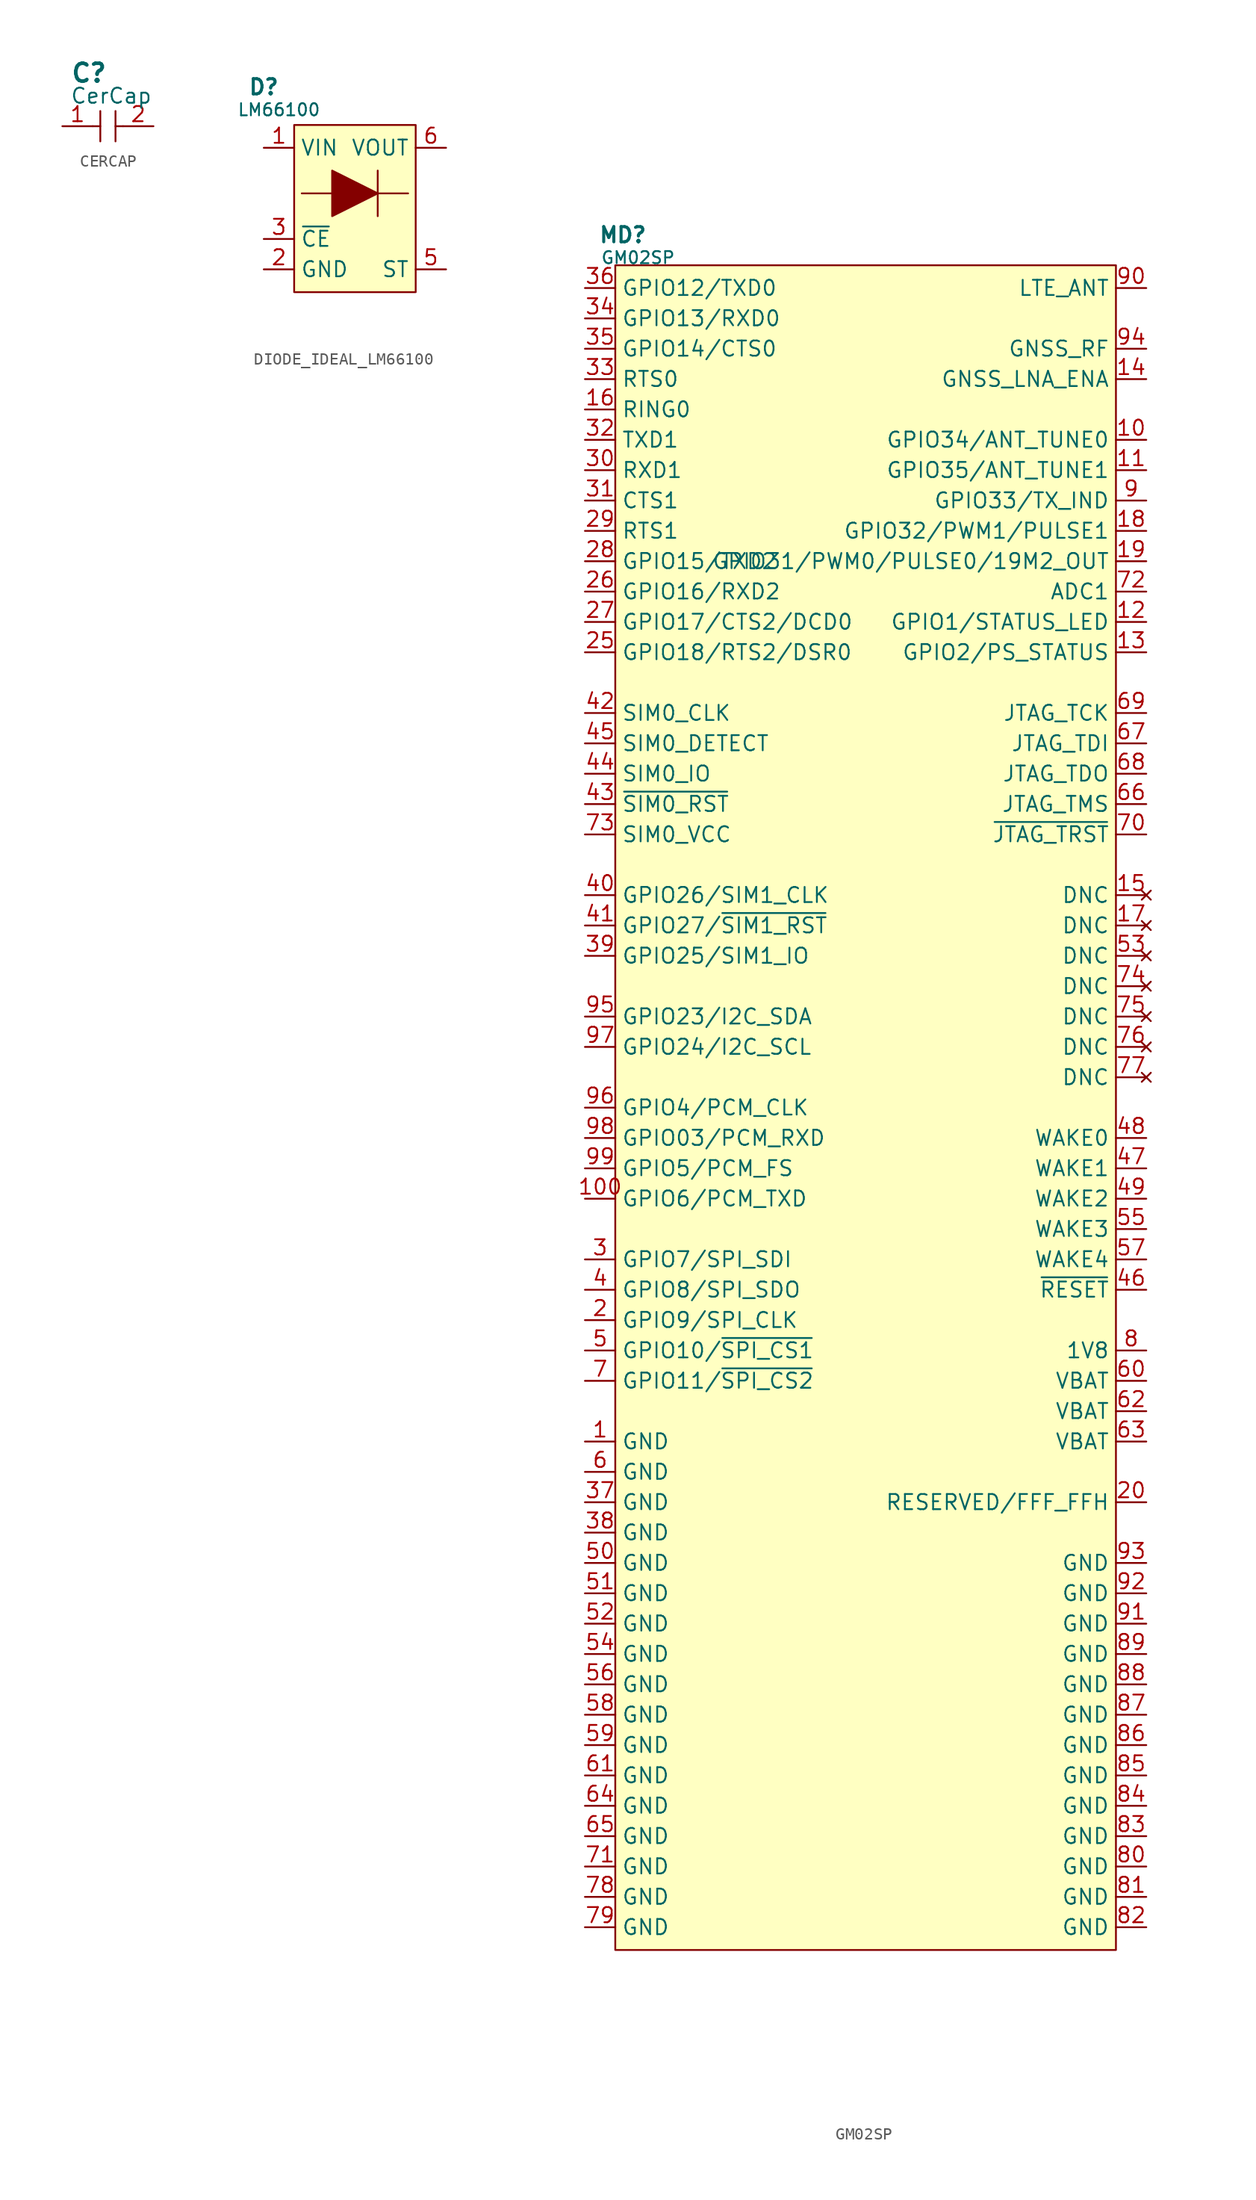
<source format=kicad_sym>
(kicad_symbol_lib
  (version 20231120)
  (generator "kicad_symbol_editor")
  (generator_version "8.0")
  (symbol "CERCAP"
    (pin_names hide)
    (property "Reference" "C"
      (at -1.905 1.905 0)
      (effects (font (size 1.5 1.5) (bold yes)) (justify left)))
    (property "Value" "CerCap"
      (at -1.905 0 0)
      (effects (font (size 1.27 1.27)) (justify left)))
    (symbol "CERCAP_0_1"
      (polyline (pts (xy 0 -2.54) (xy 0.635 -2.54)) (stroke (width 0) (type default)) (fill (type none)))
      (polyline (pts (xy 0.635 -1.27) (xy 0.635 -3.81)) (stroke (width 0) (type default)) (fill (type none)))
      (polyline (pts (xy 1.905 -2.54) (xy 2.54 -2.54)) (stroke (width 0) (type default)) (fill (type none)))
      (polyline (pts (xy 1.905 -1.27) (xy 1.905 -3.81)) (stroke (width 0) (type default)) (fill (type none))))
    (symbol "CERCAP_1_1"
      (pin bidirectional line (at -2.54 -2.54 0) (length 2.54) (name "1" (effects (font (size 1.27 1.27)))) (number "1" (effects (font (size 1.27 1.27)))))
      (pin bidirectional line (at 5.08 -2.54 180) (length 2.54) (name "2" (effects (font (size 1.27 1.27)))) (number "2" (effects (font (size 1.27 1.27)))))))
  (symbol "DIODE_IDEAL_LM66100"
    (property "Reference" "D"
      (at 0 0 0)
      (effects (font (size 1.27 1.27) (bold yes))))
    (property "Value" "  LM66100"
      (at 1.27 -1.905 0)
      (effects (font (size 1.016 1.016))))
    (symbol "DIODE_IDEAL_LM66100_1_1"
      (polyline (pts (xy 3.175 -8.89) (xy 5.715 -8.89)) (stroke (width 0) (type default)) (fill (type none)))
      (polyline (pts (xy 9.525 -8.89) (xy 12.065 -8.89)) (stroke (width 0) (type default)) (fill (type none)))
      (polyline (pts (xy 9.525 -6.985) (xy 9.525 -10.795)) (stroke (width 0) (type default)) (fill (type none)))
      (polyline (pts (xy 5.715 -6.985) (xy 5.715 -10.795) (xy 9.525 -8.89) (xy 5.715 -6.985)) (stroke (width 0) (type default)) (fill (type outline)))
      (rectangle (start 2.54 -3.175) (end 12.7 -17.145) (stroke (width 0) (type default)) (fill (type background)))
      (pin power_in line (at 0 -5.08 0) (length 2.54) (name "VIN" (effects (font (size 1.27 1.27)))) (number "1" (effects (font (size 1.27 1.27)))))
      (pin passive line (at 0 -15.24 0) (length 2.54) (name "GND" (effects (font (size 1.27 1.27)))) (number "2" (effects (font (size 1.27 1.27)))))
      (pin passive line (at 0 -12.7 0) (length 2.54) (name "~{CE}" (effects (font (size 1.27 1.27)))) (number "3" (effects (font (size 1.27 1.27)))))
      (pin no_connect line (at 7.62 -19.685 90) (length 2.54) hide (name "N/C" (effects (font (size 1.27 1.27)))) (number "4" (effects (font (size 1.27 1.27)))))
      (pin input line (at 15.24 -15.24 180) (length 2.54) (name "ST" (effects (font (size 1.27 1.27)))) (number "5" (effects (font (size 1.27 1.27)))))
      (pin power_out line (at 15.24 -5.08 180) (length 2.54) (name "VOUT" (effects (font (size 1.27 1.27)))) (number "6" (effects (font (size 1.27 1.27)))))))
  (symbol "GM02SP"
    (property "Reference" "MD"
      (at 0.635 -1.905 0)
      (effects (font (size 1.27 1.27) (bold yes))))
    (property "Value" "GM02SP"
      (at 1.905 -3.81 0)
      (effects (font (size 1.016 1.016))))
    (symbol "GM02SP_1_1"
      (rectangle (start 0 -4.445) (end 41.91 -145.415) (stroke (width 0) (type default)) (fill (type background)))
      (pin passive line (at -2.54 -102.87 0) (length 2.54) (name "GND" (effects (font (size 1.27 1.27)))) (number "1" (effects (font (size 1.27 1.27)))))
      (pin output line (at 44.45 -19.05 180) (length 2.54) (name "GPIO34/ANT_TUNE0" (effects (font (size 1.27 1.27)))) (number "10" (effects (font (size 1.27 1.27)))))
      (pin bidirectional line (at -2.54 -82.55 0) (length 2.54) (name "GPIO6/PCM_TXD" (effects (font (size 1.27 1.27)))) (number "100" (effects (font (size 1.27 1.27)))))
      (pin output line (at 44.45 -21.59 180) (length 2.54) (name "GPIO35/ANT_TUNE1" (effects (font (size 1.27 1.27)))) (number "11" (effects (font (size 1.27 1.27)))))
      (pin output line (at 44.45 -34.29 180) (length 2.54) (name "GPIO1/STATUS_LED" (effects (font (size 1.27 1.27)))) (number "12" (effects (font (size 1.27 1.27)))))
      (pin output line (at 44.45 -36.83 180) (length 2.54) (name "GPIO2/PS_STATUS" (effects (font (size 1.27 1.27)))) (number "13" (effects (font (size 1.27 1.27)))))
      (pin output line (at 44.45 -13.97 180) (length 2.54) (name "GNSS_LNA_ENA" (effects (font (size 1.27 1.27)))) (number "14" (effects (font (size 1.27 1.27)))))
      (pin no_connect line (at 44.45 -57.15 180) (length 2.54) (name "DNC" (effects (font (size 1.27 1.27)))) (number "15" (effects (font (size 1.27 1.27)))))
      (pin output line (at -2.54 -16.51 0) (length 2.54) (name "RING0" (effects (font (size 1.27 1.27)))) (number "16" (effects (font (size 1.27 1.27)))))
      (pin no_connect line (at 44.45 -59.69 180) (length 2.54) (name "DNC" (effects (font (size 1.27 1.27)))) (number "17" (effects (font (size 1.27 1.27)))))
      (pin bidirectional line (at 44.45 -26.67 180) (length 2.54) (name "GPIO32/PWM1/PULSE1" (effects (font (size 1.27 1.27)))) (number "18" (effects (font (size 1.27 1.27)))))
      (pin bidirectional line (at 44.45 -29.21 180) (length 2.54) (name "GPIO31/PWM0/PULSE0/19M2_OUT" (effects (font (size 1.27 1.27)))) (number "19" (effects (font (size 1.27 1.27)))))
      (pin bidirectional line (at -2.54 -92.71 0) (length 2.54) (name "GPIO9/SPI_CLK" (effects (font (size 1.27 1.27)))) (number "2" (effects (font (size 1.27 1.27)))))
      (pin input line (at 44.45 -107.95 180) (length 2.54) (name "RESERVED/FFF_FFH" (effects (font (size 1.27 1.27)))) (number "20" (effects (font (size 1.27 1.27)))))
      (pin input line (at -2.54 -36.83 0) (length 2.54) (name "GPIO18/RTS2/DSR0" (effects (font (size 1.27 1.27)))) (number "25" (effects (font (size 1.27 1.27)))))
      (pin output line (at -2.54 -31.75 0) (length 2.54) (name "GPIO16/RXD2" (effects (font (size 1.27 1.27)))) (number "26" (effects (font (size 1.27 1.27)))))
      (pin output line (at -2.54 -34.29 0) (length 2.54) (name "GPIO17/CTS2/DCD0" (effects (font (size 1.27 1.27)))) (number "27" (effects (font (size 1.27 1.27)))))
      (pin input line (at -2.54 -29.21 0) (length 2.54) (name "GPIO15/TXD2" (effects (font (size 1.27 1.27)))) (number "28" (effects (font (size 1.27 1.27)))))
      (pin input line (at -2.54 -26.67 0) (length 2.54) (name "RTS1" (effects (font (size 1.27 1.27)))) (number "29" (effects (font (size 1.27 1.27)))))
      (pin bidirectional line (at -2.54 -87.63 0) (length 2.54) (name "GPIO7/SPI_SDI" (effects (font (size 1.27 1.27)))) (number "3" (effects (font (size 1.27 1.27)))))
      (pin output line (at -2.54 -21.59 0) (length 2.54) (name "RXD1" (effects (font (size 1.27 1.27)))) (number "30" (effects (font (size 1.27 1.27)))))
      (pin output line (at -2.54 -24.13 0) (length 2.54) (name "CTS1" (effects (font (size 1.27 1.27)))) (number "31" (effects (font (size 1.27 1.27)))))
      (pin input line (at -2.54 -19.05 0) (length 2.54) (name "TXD1" (effects (font (size 1.27 1.27)))) (number "32" (effects (font (size 1.27 1.27)))))
      (pin input line (at -2.54 -13.97 0) (length 2.54) (name "RTS0" (effects (font (size 1.27 1.27)))) (number "33" (effects (font (size 1.27 1.27)))))
      (pin output line (at -2.54 -8.89 0) (length 2.54) (name "GPIO13/RXD0" (effects (font (size 1.27 1.27)))) (number "34" (effects (font (size 1.27 1.27)))))
      (pin output line (at -2.54 -11.43 0) (length 2.54) (name "GPIO14/CTS0" (effects (font (size 1.27 1.27)))) (number "35" (effects (font (size 1.27 1.27)))))
      (pin input line (at -2.54 -6.35 0) (length 2.54) (name "GPIO12/TXD0" (effects (font (size 1.27 1.27)))) (number "36" (effects (font (size 1.27 1.27)))))
      (pin passive line (at -2.54 -107.95 0) (length 2.54) (name "GND" (effects (font (size 1.27 1.27)))) (number "37" (effects (font (size 1.27 1.27)))))
      (pin passive line (at -2.54 -110.49 0) (length 2.54) (name "GND" (effects (font (size 1.27 1.27)))) (number "38" (effects (font (size 1.27 1.27)))))
      (pin bidirectional line (at -2.54 -62.23 0) (length 2.54) (name "GPIO25/SIM1_IO" (effects (font (size 1.27 1.27)))) (number "39" (effects (font (size 1.27 1.27)))))
      (pin bidirectional line (at -2.54 -90.17 0) (length 2.54) (name "GPIO8/SPI_SDO" (effects (font (size 1.27 1.27)))) (number "4" (effects (font (size 1.27 1.27)))))
      (pin output line (at -2.54 -57.15 0) (length 2.54) (name "GPIO26/SIM1_CLK" (effects (font (size 1.27 1.27)))) (number "40" (effects (font (size 1.27 1.27)))))
      (pin output line (at -2.54 -59.69 0) (length 2.54) (name "GPIO27/~{SIM1_RST}" (effects (font (size 1.27 1.27)))) (number "41" (effects (font (size 1.27 1.27)))))
      (pin output line (at -2.54 -41.91 0) (length 2.54) (name "SIM0_CLK" (effects (font (size 1.27 1.27)))) (number "42" (effects (font (size 1.27 1.27)))))
      (pin output line (at -2.54 -49.53 0) (length 2.54) (name "~{SIM0_RST}" (effects (font (size 1.27 1.27)))) (number "43" (effects (font (size 1.27 1.27)))))
      (pin bidirectional line (at -2.54 -46.99 0) (length 2.54) (name "SIM0_IO" (effects (font (size 1.27 1.27)))) (number "44" (effects (font (size 1.27 1.27)))))
      (pin input line (at -2.54 -44.45 0) (length 2.54) (name "SIM0_DETECT" (effects (font (size 1.27 1.27)))) (number "45" (effects (font (size 1.27 1.27)))))
      (pin input line (at 44.45 -90.17 180) (length 2.54) (name "~{RESET}" (effects (font (size 1.27 1.27)))) (number "46" (effects (font (size 1.27 1.27)))))
      (pin input line (at 44.45 -80.01 180) (length 2.54) (name "WAKE1" (effects (font (size 1.27 1.27)))) (number "47" (effects (font (size 1.27 1.27)))))
      (pin input line (at 44.45 -77.47 180) (length 2.54) (name "WAKE0" (effects (font (size 1.27 1.27)))) (number "48" (effects (font (size 1.27 1.27)))))
      (pin input line (at 44.45 -82.55 180) (length 2.54) (name "WAKE2" (effects (font (size 1.27 1.27)))) (number "49" (effects (font (size 1.27 1.27)))))
      (pin bidirectional line (at -2.54 -95.25 0) (length 2.54) (name "GPIO10/~{SPI_CS1}" (effects (font (size 1.27 1.27)))) (number "5" (effects (font (size 1.27 1.27)))))
      (pin passive line (at -2.54 -113.03 0) (length 2.54) (name "GND" (effects (font (size 1.27 1.27)))) (number "50" (effects (font (size 1.27 1.27)))))
      (pin passive line (at -2.54 -115.57 0) (length 2.54) (name "GND" (effects (font (size 1.27 1.27)))) (number "51" (effects (font (size 1.27 1.27)))))
      (pin passive line (at -2.54 -118.11 0) (length 2.54) (name "GND" (effects (font (size 1.27 1.27)))) (number "52" (effects (font (size 1.27 1.27)))))
      (pin no_connect line (at 44.45 -62.23 180) (length 2.54) (name "DNC" (effects (font (size 1.27 1.27)))) (number "53" (effects (font (size 1.27 1.27)))))
      (pin passive line (at -2.54 -120.65 0) (length 2.54) (name "GND" (effects (font (size 1.27 1.27)))) (number "54" (effects (font (size 1.27 1.27)))))
      (pin input line (at 44.45 -85.09 180) (length 2.54) (name "WAKE3" (effects (font (size 1.27 1.27)))) (number "55" (effects (font (size 1.27 1.27)))))
      (pin passive line (at -2.54 -123.19 0) (length 2.54) (name "GND" (effects (font (size 1.27 1.27)))) (number "56" (effects (font (size 1.27 1.27)))))
      (pin input line (at 44.45 -87.63 180) (length 2.54) (name "WAKE4" (effects (font (size 1.27 1.27)))) (number "57" (effects (font (size 1.27 1.27)))))
      (pin passive line (at -2.54 -125.73 0) (length 2.54) (name "GND" (effects (font (size 1.27 1.27)))) (number "58" (effects (font (size 1.27 1.27)))))
      (pin passive line (at -2.54 -128.27 0) (length 2.54) (name "GND" (effects (font (size 1.27 1.27)))) (number "59" (effects (font (size 1.27 1.27)))))
      (pin passive line (at -2.54 -105.41 0) (length 2.54) (name "GND" (effects (font (size 1.27 1.27)))) (number "6" (effects (font (size 1.27 1.27)))))
      (pin power_in line (at 44.45 -97.79 180) (length 2.54) (name "VBAT" (effects (font (size 1.27 1.27)))) (number "60" (effects (font (size 1.27 1.27)))))
      (pin passive line (at -2.54 -130.81 0) (length 2.54) (name "GND" (effects (font (size 1.27 1.27)))) (number "61" (effects (font (size 1.27 1.27)))))
      (pin power_in line (at 44.45 -100.33 180) (length 2.54) (name "VBAT" (effects (font (size 1.27 1.27)))) (number "62" (effects (font (size 1.27 1.27)))))
      (pin power_in line (at 44.45 -102.87 180) (length 2.54) (name "VBAT" (effects (font (size 1.27 1.27)))) (number "63" (effects (font (size 1.27 1.27)))))
      (pin passive line (at -2.54 -133.35 0) (length 2.54) (name "GND" (effects (font (size 1.27 1.27)))) (number "64" (effects (font (size 1.27 1.27)))))
      (pin passive line (at -2.54 -135.89 0) (length 2.54) (name "GND" (effects (font (size 1.27 1.27)))) (number "65" (effects (font (size 1.27 1.27)))))
      (pin input line (at 44.45 -49.53 180) (length 2.54) (name "JTAG_TMS" (effects (font (size 1.27 1.27)))) (number "66" (effects (font (size 1.27 1.27)))))
      (pin input line (at 44.45 -44.45 180) (length 2.54) (name "JTAG_TDI" (effects (font (size 1.27 1.27)))) (number "67" (effects (font (size 1.27 1.27)))))
      (pin output line (at 44.45 -46.99 180) (length 2.54) (name "JTAG_TDO" (effects (font (size 1.27 1.27)))) (number "68" (effects (font (size 1.27 1.27)))))
      (pin input line (at 44.45 -41.91 180) (length 2.54) (name "JTAG_TCK" (effects (font (size 1.27 1.27)))) (number "69" (effects (font (size 1.27 1.27)))))
      (pin bidirectional line (at -2.54 -97.79 0) (length 2.54) (name "GPIO11/~{SPI_CS2}" (effects (font (size 1.27 1.27)))) (number "7" (effects (font (size 1.27 1.27)))))
      (pin input line (at 44.45 -52.07 180) (length 2.54) (name "~{JTAG_TRST}" (effects (font (size 1.27 1.27)))) (number "70" (effects (font (size 1.27 1.27)))))
      (pin passive line (at -2.54 -138.43 0) (length 2.54) (name "GND" (effects (font (size 1.27 1.27)))) (number "71" (effects (font (size 1.27 1.27)))))
      (pin input line (at 44.45 -31.75 180) (length 2.54) (name "ADC1" (effects (font (size 1.27 1.27)))) (number "72" (effects (font (size 1.27 1.27)))))
      (pin output line (at -2.54 -52.07 0) (length 2.54) (name "SIM0_VCC" (effects (font (size 1.27 1.27)))) (number "73" (effects (font (size 1.27 1.27)))))
      (pin no_connect line (at 44.45 -64.77 180) (length 2.54) (name "DNC" (effects (font (size 1.27 1.27)))) (number "74" (effects (font (size 1.27 1.27)))))
      (pin no_connect line (at 44.45 -67.31 180) (length 2.54) (name "DNC" (effects (font (size 1.27 1.27)))) (number "75" (effects (font (size 1.27 1.27)))))
      (pin no_connect line (at 44.45 -69.85 180) (length 2.54) (name "DNC" (effects (font (size 1.27 1.27)))) (number "76" (effects (font (size 1.27 1.27)))))
      (pin no_connect line (at 44.45 -72.39 180) (length 2.54) (name "DNC" (effects (font (size 1.27 1.27)))) (number "77" (effects (font (size 1.27 1.27)))))
      (pin passive line (at -2.54 -140.97 0) (length 2.54) (name "GND" (effects (font (size 1.27 1.27)))) (number "78" (effects (font (size 1.27 1.27)))))
      (pin passive line (at -2.54 -143.51 0) (length 2.54) (name "GND" (effects (font (size 1.27 1.27)))) (number "79" (effects (font (size 1.27 1.27)))))
      (pin power_out line (at 44.45 -95.25 180) (length 2.54) (name "1V8" (effects (font (size 1.27 1.27)))) (number "8" (effects (font (size 1.27 1.27)))))
      (pin passive line (at 44.45 -138.43 180) (length 2.54) (name "GND" (effects (font (size 1.27 1.27)))) (number "80" (effects (font (size 1.27 1.27)))))
      (pin passive line (at 44.45 -140.97 180) (length 2.54) (name "GND" (effects (font (size 1.27 1.27)))) (number "81" (effects (font (size 1.27 1.27)))))
      (pin passive line (at 44.45 -143.51 180) (length 2.54) (name "GND" (effects (font (size 1.27 1.27)))) (number "82" (effects (font (size 1.27 1.27)))))
      (pin passive line (at 44.45 -135.89 180) (length 2.54) (name "GND" (effects (font (size 1.27 1.27)))) (number "83" (effects (font (size 1.27 1.27)))))
      (pin passive line (at 44.45 -133.35 180) (length 2.54) (name "GND" (effects (font (size 1.27 1.27)))) (number "84" (effects (font (size 1.27 1.27)))))
      (pin passive line (at 44.45 -130.81 180) (length 2.54) (name "GND" (effects (font (size 1.27 1.27)))) (number "85" (effects (font (size 1.27 1.27)))))
      (pin passive line (at 44.45 -128.27 180) (length 2.54) (name "GND" (effects (font (size 1.27 1.27)))) (number "86" (effects (font (size 1.27 1.27)))))
      (pin passive line (at 44.45 -125.73 180) (length 2.54) (name "GND" (effects (font (size 1.27 1.27)))) (number "87" (effects (font (size 1.27 1.27)))))
      (pin passive line (at 44.45 -123.19 180) (length 2.54) (name "GND" (effects (font (size 1.27 1.27)))) (number "88" (effects (font (size 1.27 1.27)))))
      (pin passive line (at 44.45 -120.65 180) (length 2.54) (name "GND" (effects (font (size 1.27 1.27)))) (number "89" (effects (font (size 1.27 1.27)))))
      (pin output line (at 44.45 -24.13 180) (length 2.54) (name "GPIO33/TX_IND" (effects (font (size 1.27 1.27)))) (number "9" (effects (font (size 1.27 1.27)))))
      (pin passive line (at 44.45 -6.35 180) (length 2.54) (name "LTE_ANT" (effects (font (size 1.27 1.27)))) (number "90" (effects (font (size 1.27 1.27)))))
      (pin passive line (at 44.45 -118.11 180) (length 2.54) (name "GND" (effects (font (size 1.27 1.27)))) (number "91" (effects (font (size 1.27 1.27)))))
      (pin passive line (at 44.45 -115.57 180) (length 2.54) (name "GND" (effects (font (size 1.27 1.27)))) (number "92" (effects (font (size 1.27 1.27)))))
      (pin passive line (at 44.45 -113.03 180) (length 2.54) (name "GND" (effects (font (size 1.27 1.27)))) (number "93" (effects (font (size 1.27 1.27)))))
      (pin passive line (at 44.45 -11.43 180) (length 2.54) (name "GNSS_RF" (effects (font (size 1.27 1.27)))) (number "94" (effects (font (size 1.27 1.27)))))
      (pin bidirectional line (at -2.54 -67.31 0) (length 2.54) (name "GPIO23/I2C_SDA" (effects (font (size 1.27 1.27)))) (number "95" (effects (font (size 1.27 1.27)))))
      (pin bidirectional line (at -2.54 -74.93 0) (length 2.54) (name "GPIO4/PCM_CLK" (effects (font (size 1.27 1.27)))) (number "96" (effects (font (size 1.27 1.27)))))
      (pin bidirectional line (at -2.54 -69.85 0) (length 2.54) (name "GPIO24/I2C_SCL" (effects (font (size 1.27 1.27)))) (number "97" (effects (font (size 1.27 1.27)))))
      (pin bidirectional line (at -2.54 -77.47 0) (length 2.54) (name "GPIO03/PCM_RXD" (effects (font (size 1.27 1.27)))) (number "98" (effects (font (size 1.27 1.27)))))
      (pin bidirectional line (at -2.54 -80.01 0) (length 2.54) (name "GPIO5/PCM_FS" (effects (font (size 1.27 1.27)))) (number "99" (effects (font (size 1.27 1.27))))))))
</source>
